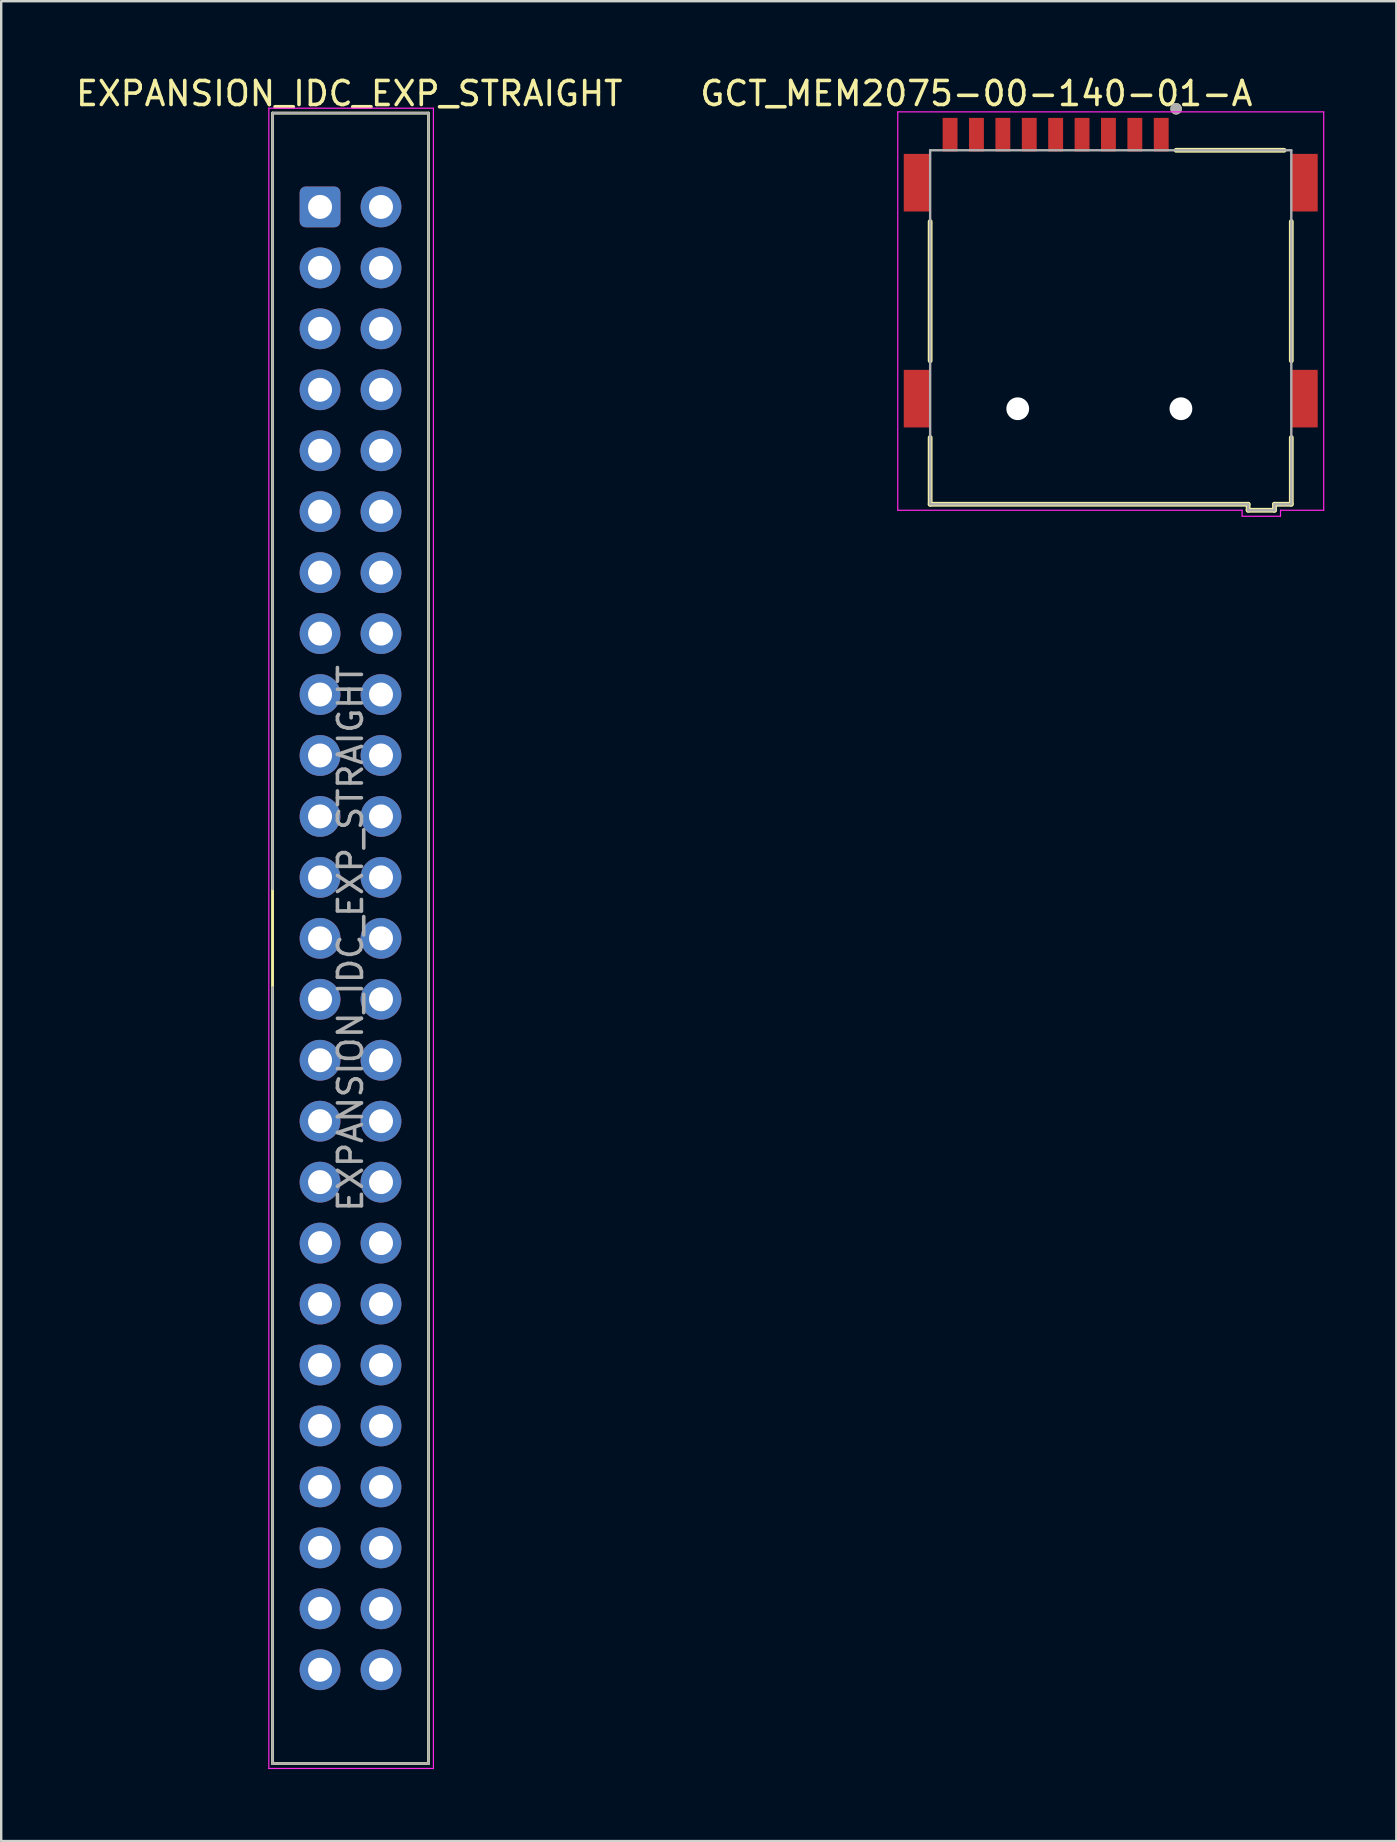
<source format=kicad_pcb>
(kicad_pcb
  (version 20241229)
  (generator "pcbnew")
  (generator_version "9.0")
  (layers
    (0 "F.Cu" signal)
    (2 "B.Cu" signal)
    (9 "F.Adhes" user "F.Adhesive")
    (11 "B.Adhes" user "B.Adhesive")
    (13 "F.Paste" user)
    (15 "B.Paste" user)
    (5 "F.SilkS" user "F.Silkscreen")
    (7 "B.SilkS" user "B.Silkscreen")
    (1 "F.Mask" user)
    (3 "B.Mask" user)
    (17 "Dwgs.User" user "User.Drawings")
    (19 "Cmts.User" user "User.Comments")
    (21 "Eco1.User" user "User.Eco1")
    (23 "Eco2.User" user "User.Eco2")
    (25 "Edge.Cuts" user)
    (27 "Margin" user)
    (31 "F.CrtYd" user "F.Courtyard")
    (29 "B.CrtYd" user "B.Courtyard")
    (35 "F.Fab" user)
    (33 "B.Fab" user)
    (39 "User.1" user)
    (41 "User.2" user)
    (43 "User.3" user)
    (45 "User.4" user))
  (footprint "EXPANSION_IDC_EXP_STRAIGHT"
    (layer "F.Cu")
    (at 10.287 5.573)
    (property "Reference" "EXPANSION_IDC_EXP_STRAIGHT" (at 1.219 -4.724 0) (layer "F.SilkS") (effects (font (size 1 1) (thickness 0.15))))
    (attr through_hole)
    (fp_line (start -1.98 -3.91) (end 4.52 -3.91) (stroke (width 0.12) (type solid)) (layer "F.SilkS"))
    (fp_line (start -1.98 28.43) (end -1.98 -3.91) (stroke (width 0.12) (type solid)) (layer "F.SilkS"))
    (fp_line (start -1.98 32.53) (end -1.98 28.43) (stroke (width 0.12) (type solid)) (layer "F.SilkS"))
    (fp_line (start -1.98 32.53) (end -1.98 32.53) (stroke (width 0.12) (type solid)) (layer "F.SilkS"))
    (fp_line (start -1.98 64.87) (end -1.98 32.53) (stroke (width 0.12) (type solid)) (layer "F.SilkS"))
    (fp_line (start 4.52 -3.91) (end 4.52 64.87) (stroke (width 0.12) (type solid)) (layer "F.SilkS"))
    (fp_line (start 4.52 64.87) (end -1.98 64.87) (stroke (width 0.12) (type solid)) (layer "F.SilkS"))
    (fp_line (start -2.134 -4.115) (end -2.134 65.075) (stroke (width 0.05) (type solid)) (layer "F.CrtYd"))
    (fp_line (start -2.134 65.075) (end 4.724 65.075) (stroke (width 0.05) (type solid)) (layer "F.CrtYd"))
    (fp_line (start 4.724 -4.115) (end -2.134 -4.115) (stroke (width 0.05) (type solid)) (layer "F.CrtYd"))
    (fp_line (start 4.724 65.075) (end 4.724 -4.115) (stroke (width 0.05) (type solid)) (layer "F.CrtYd"))
    (fp_line (start -1.98 -3.91) (end 4.52 -3.91) (stroke (width 0.1) (type solid)) (layer "F.Fab"))
    (fp_line (start -1.98 28.43) (end -1.98 -3.91) (stroke (width 0.1) (type solid)) (layer "F.Fab"))
    (fp_line (start -1.98 32.53) (end -1.98 32.53) (stroke (width 0.1) (type solid)) (layer "F.Fab"))
    (fp_line (start -1.98 64.87) (end -1.98 32.53) (stroke (width 0.1) (type solid)) (layer "F.Fab"))
    (fp_line (start 4.52 -3.91) (end 4.52 64.87) (stroke (width 0.1) (type solid)) (layer "F.Fab"))
    (fp_line (start 4.52 64.87) (end -1.98 64.87) (stroke (width 0.1) (type solid)) (layer "F.Fab"))
    (fp_text user "${REFERENCE}" (at 1.27 30.48 90) (layer "F.Fab") (effects (font (size 1 1) (thickness 0.15))))
    (pad "1" thru_hole roundrect (at 0 0) (size 1.7 1.7) (drill 1) (layers "*.Cu" "*.Mask") (roundrect_rratio 0.147))
    (pad "2" thru_hole circle (at 2.54 0) (size 1.7 1.7) (drill 1) (layers "*.Cu" "*.Mask"))
    (pad "3" thru_hole circle (at 0 2.54) (size 1.7 1.7) (drill 1) (layers "*.Cu" "*.Mask"))
    (pad "4" thru_hole circle (at 2.54 2.54) (size 1.7 1.7) (drill 1) (layers "*.Cu" "*.Mask"))
    (pad "5" thru_hole circle (at 0 5.08) (size 1.7 1.7) (drill 1) (layers "*.Cu" "*.Mask"))
    (pad "6" thru_hole circle (at 2.54 5.08) (size 1.7 1.7) (drill 1) (layers "*.Cu" "*.Mask"))
    (pad "7" thru_hole circle (at 0 7.62) (size 1.7 1.7) (drill 1) (layers "*.Cu" "*.Mask"))
    (pad "8" thru_hole circle (at 2.54 7.62) (size 1.7 1.7) (drill 1) (layers "*.Cu" "*.Mask"))
    (pad "9" thru_hole circle (at 0 10.16) (size 1.7 1.7) (drill 1) (layers "*.Cu" "*.Mask"))
    (pad "10" thru_hole circle (at 2.54 10.16) (size 1.7 1.7) (drill 1) (layers "*.Cu" "*.Mask"))
    (pad "11" thru_hole circle (at 0 12.7) (size 1.7 1.7) (drill 1) (layers "*.Cu" "*.Mask"))
    (pad "12" thru_hole circle (at 2.54 12.7) (size 1.7 1.7) (drill 1) (layers "*.Cu" "*.Mask"))
    (pad "13" thru_hole circle (at 0 15.24) (size 1.7 1.7) (drill 1) (layers "*.Cu" "*.Mask"))
    (pad "14" thru_hole circle (at 2.54 15.24) (size 1.7 1.7) (drill 1) (layers "*.Cu" "*.Mask"))
    (pad "15" thru_hole circle (at 0 17.78) (size 1.7 1.7) (drill 1) (layers "*.Cu" "*.Mask"))
    (pad "16" thru_hole circle (at 2.54 17.78) (size 1.7 1.7) (drill 1) (layers "*.Cu" "*.Mask"))
    (pad "17" thru_hole circle (at 0 20.32) (size 1.7 1.7) (drill 1) (layers "*.Cu" "*.Mask"))
    (pad "18" thru_hole circle (at 2.54 20.32) (size 1.7 1.7) (drill 1) (layers "*.Cu" "*.Mask"))
    (pad "19" thru_hole circle (at 0 22.86) (size 1.7 1.7) (drill 1) (layers "*.Cu" "*.Mask"))
    (pad "20" thru_hole circle (at 2.54 22.86) (size 1.7 1.7) (drill 1) (layers "*.Cu" "*.Mask"))
    (pad "21" thru_hole circle (at 0 25.4) (size 1.7 1.7) (drill 1) (layers "*.Cu" "*.Mask"))
    (pad "22" thru_hole circle (at 2.54 25.4) (size 1.7 1.7) (drill 1) (layers "*.Cu" "*.Mask"))
    (pad "23" thru_hole circle (at 0 27.94) (size 1.7 1.7) (drill 1) (layers "*.Cu" "*.Mask"))
    (pad "24" thru_hole circle (at 2.54 27.94) (size 1.7 1.7) (drill 1) (layers "*.Cu" "*.Mask"))
    (pad "25" thru_hole circle (at 0 30.48) (size 1.7 1.7) (drill 1) (layers "*.Cu" "*.Mask"))
    (pad "26" thru_hole circle (at 2.54 30.48) (size 1.7 1.7) (drill 1) (layers "*.Cu" "*.Mask"))
    (pad "27" thru_hole circle (at 0 33.02) (size 1.7 1.7) (drill 1) (layers "*.Cu" "*.Mask"))
    (pad "28" thru_hole circle (at 2.54 33.02) (size 1.7 1.7) (drill 1) (layers "*.Cu" "*.Mask"))
    (pad "29" thru_hole circle (at 0 35.56) (size 1.7 1.7) (drill 1) (layers "*.Cu" "*.Mask"))
    (pad "30" thru_hole circle (at 2.54 35.56) (size 1.7 1.7) (drill 1) (layers "*.Cu" "*.Mask"))
    (pad "31" thru_hole circle (at 0 38.1) (size 1.7 1.7) (drill 1) (layers "*.Cu" "*.Mask"))
    (pad "32" thru_hole circle (at 2.54 38.1) (size 1.7 1.7) (drill 1) (layers "*.Cu" "*.Mask"))
    (pad "33" thru_hole circle (at 0 40.64) (size 1.7 1.7) (drill 1) (layers "*.Cu" "*.Mask"))
    (pad "34" thru_hole circle (at 2.54 40.64) (size 1.7 1.7) (drill 1) (layers "*.Cu" "*.Mask"))
    (pad "35" thru_hole circle (at 0 43.18) (size 1.7 1.7) (drill 1) (layers "*.Cu" "*.Mask"))
    (pad "36" thru_hole circle (at 2.54 43.18) (size 1.7 1.7) (drill 1) (layers "*.Cu" "*.Mask"))
    (pad "37" thru_hole circle (at 0 45.72) (size 1.7 1.7) (drill 1) (layers "*.Cu" "*.Mask"))
    (pad "38" thru_hole circle (at 2.54 45.72) (size 1.7 1.7) (drill 1) (layers "*.Cu" "*.Mask"))
    (pad "39" thru_hole circle (at 0 48.26) (size 1.7 1.7) (drill 1) (layers "*.Cu" "*.Mask"))
    (pad "40" thru_hole circle (at 2.54 48.26) (size 1.7 1.7) (drill 1) (layers "*.Cu" "*.Mask"))
    (pad "41" thru_hole circle (at 0 50.8) (size 1.7 1.7) (drill 1) (layers "*.Cu" "*.Mask"))
    (pad "42" thru_hole circle (at 2.54 50.8) (size 1.7 1.7) (drill 1) (layers "*.Cu" "*.Mask"))
    (pad "43" thru_hole circle (at 0 53.34) (size 1.7 1.7) (drill 1) (layers "*.Cu" "*.Mask"))
    (pad "44" thru_hole circle (at 2.54 53.34) (size 1.7 1.7) (drill 1) (layers "*.Cu" "*.Mask"))
    (pad "45" thru_hole circle (at 0 55.88) (size 1.7 1.7) (drill 1) (layers "*.Cu" "*.Mask"))
    (pad "46" thru_hole circle (at 2.54 55.88) (size 1.7 1.7) (drill 1) (layers "*.Cu" "*.Mask"))
    (pad "47" thru_hole circle (at 0 58.42) (size 1.7 1.7) (drill 1) (layers "*.Cu" "*.Mask"))
    (pad "48" thru_hole circle (at 2.54 58.42) (size 1.7 1.7) (drill 1) (layers "*.Cu" "*.Mask"))
    (pad "49" thru_hole circle (at 0 60.96) (size 1.7 1.7) (drill 1) (layers "*.Cu" "*.Mask"))
    (pad "50" thru_hole circle (at 2.54 60.96) (size 1.7 1.7) (drill 1) (layers "*.Cu" "*.Mask")))
  (footprint "GCT_MEM2075-00-140-01-A"
    (layer "F.Cu")
    (at 42.762 13.983)
    (property "Reference" "GCT_MEM2075-00-140-01-A" (at -5.125 -13.135 0) (layer "F.SilkS") (effects (font (size 1 1) (thickness 0.15))))
    (attr through_hole)
    (fp_line (start -7.05 -2) (end -7.05 -7.8) (stroke (width 0.2) (type solid)) (layer "F.SilkS"))
    (fp_line (start -7.05 3.98) (end -7.05 1.2) (stroke (width 0.2) (type solid)) (layer "F.SilkS"))
    (fp_line (start -7.05 3.98) (end 6.2 3.98) (stroke (width 0.2) (type solid)) (layer "F.SilkS"))
    (fp_line (start 3.2 -10.77) (end 7.7 -10.77) (stroke (width 0.2) (type solid)) (layer "F.SilkS"))
    (fp_line (start 6.2 3.98) (end 6.2 4.23) (stroke (width 0.2) (type solid)) (layer "F.SilkS"))
    (fp_line (start 6.2 4.23) (end 7.3 4.23) (stroke (width 0.2) (type solid)) (layer "F.SilkS"))
    (fp_line (start 7.3 3.98) (end 8 3.98) (stroke (width 0.2) (type solid)) (layer "F.SilkS"))
    (fp_line (start 7.3 4.23) (end 7.3 3.98) (stroke (width 0.2) (type solid)) (layer "F.SilkS"))
    (fp_line (start 8 -2) (end 8 -7.8) (stroke (width 0.2) (type solid)) (layer "F.SilkS"))
    (fp_line (start 8 3.98) (end 8 1.2) (stroke (width 0.2) (type solid)) (layer "F.SilkS"))
    (fp_circle (center 3.2 -12.5) (end 3.32 -12.5) (stroke (width 0.24) (type solid)) (fill no) (layer "F.SilkS"))
    (fp_line (start -8.4 -12.37) (end 9.35 -12.37) (stroke (width 0.05) (type solid)) (layer "F.CrtYd"))
    (fp_line (start -8.4 4.23) (end -8.4 -12.37) (stroke (width 0.05) (type solid)) (layer "F.CrtYd"))
    (fp_line (start -8.4 4.23) (end 5.95 4.23) (stroke (width 0.05) (type solid)) (layer "F.CrtYd"))
    (fp_line (start 5.95 4.23) (end 5.95 4.48) (stroke (width 0.05) (type solid)) (layer "F.CrtYd"))
    (fp_line (start 5.95 4.48) (end 7.55 4.48) (stroke (width 0.05) (type solid)) (layer "F.CrtYd"))
    (fp_line (start 7.55 4.23) (end 9.35 4.23) (stroke (width 0.05) (type solid)) (layer "F.CrtYd"))
    (fp_line (start 7.55 4.48) (end 7.55 4.23) (stroke (width 0.05) (type solid)) (layer "F.CrtYd"))
    (fp_line (start 9.35 -12.37) (end 9.35 4.23) (stroke (width 0.05) (type solid)) (layer "F.CrtYd"))
    (fp_line (start -7.05 -10.77) (end 8 -10.77) (stroke (width 0.1) (type solid)) (layer "F.Fab"))
    (fp_line (start -7.05 3.98) (end -7.05 -10.77) (stroke (width 0.1) (type solid)) (layer "F.Fab"))
    (fp_line (start -7.05 3.98) (end 6.2 3.98) (stroke (width 0.1) (type solid)) (layer "F.Fab"))
    (fp_line (start 6.2 3.98) (end 6.2 4.23) (stroke (width 0.1) (type solid)) (layer "F.Fab"))
    (fp_line (start 6.2 4.23) (end 7.3 4.23) (stroke (width 0.1) (type solid)) (layer "F.Fab"))
    (fp_line (start 7.3 3.98) (end 8 3.98) (stroke (width 0.1) (type solid)) (layer "F.Fab"))
    (fp_line (start 7.3 4.23) (end 7.3 3.98) (stroke (width 0.1) (type solid)) (layer "F.Fab"))
    (fp_line (start 8 3.98) (end 8 -10.77) (stroke (width 0.1) (type solid)) (layer "F.Fab"))
    (fp_circle (center 3.2 -12.5) (end 3.32 -12.5) (stroke (width 0.24) (type solid)) (fill no) (layer "F.Fab"))
    (pad "" np_thru_hole circle (at -3.4 0) (size 0.95 0.95) (drill 0.95) (layers "*.Cu" "*.Mask"))
    (pad "" np_thru_hole circle (at 3.4 0) (size 0.95 0.95) (drill 0.95) (layers "*.Cu" "*.Mask"))
    (pad "P1" smd rect (at 2.58 -11.42) (size 0.62 1.4) (layers "F.Cu" "F.Mask" "F.Paste"))
    (pad "P2" smd rect (at 1.48 -11.42) (size 0.62 1.4) (layers "F.Cu" "F.Mask" "F.Paste"))
    (pad "P3" smd rect (at 0.38 -11.42) (size 0.62 1.4) (layers "F.Cu" "F.Mask" "F.Paste"))
    (pad "P4" smd rect (at -0.72 -11.42) (size 0.62 1.4) (layers "F.Cu" "F.Mask" "F.Paste"))
    (pad "P5" smd rect (at -1.82 -11.42) (size 0.62 1.4) (layers "F.Cu" "F.Mask" "F.Paste"))
    (pad "P6" smd rect (at -2.92 -11.42) (size 0.62 1.4) (layers "F.Cu" "F.Mask" "F.Paste"))
    (pad "P7" smd rect (at -4.02 -11.42) (size 0.62 1.4) (layers "F.Cu" "F.Mask" "F.Paste"))
    (pad "P8" smd rect (at -5.12 -11.42) (size 0.62 1.4) (layers "F.Cu" "F.Mask" "F.Paste"))
    (pad "P9" smd rect (at -6.22 -11.42) (size 0.62 1.4) (layers "F.Cu" "F.Mask" "F.Paste"))
    (pad "SH1" smd rect (at -7.6 -0.42) (size 1.1 2.4) (layers "F.Cu" "F.Mask" "F.Paste"))
    (pad "SH2" smd rect (at -7.6 -9.42) (size 1.1 2.4) (layers "F.Cu" "F.Mask" "F.Paste"))
    (pad "SH3" smd rect (at 8.55 -9.42) (size 1.1 2.4) (layers "F.Cu" "F.Mask" "F.Paste"))
    (pad "SH4" smd rect (at 8.55 -0.42) (size 1.1 2.4) (layers "F.Cu" "F.Mask" "F.Paste"))
    (zone (net_name "") (layer "F.Cu") (hatch full 0.508) (connect_pads) (min_thickness 0.01) (filled_areas_thickness no) (keepout (tracks not_allowed) (vias not_allowed) (pads not_allowed) (copperpour not_allowed) (footprints allowed)) (placement (enabled no)) (fill) (polygon (pts (xy 35.712 6.063) (xy 45.912 6.063) (xy 45.912 10.113) (xy 35.712 10.113))))
    (zone (net_name "") (layers "F.Cu" "B.Cu") (hatch full 0.508) (connect_pads) (min_thickness 0.01) (filled_areas_thickness no) (keepout (tracks allowed) (vias not_allowed) (pads allowed) (copperpour allowed) (footprints allowed)) (placement (enabled no)) (fill) (polygon (pts (xy 35.712 6.063) (xy 45.912 6.063) (xy 45.912 10.113) (xy 35.712 10.113)))))
  (gr_rect
    (start -3 -3)
    (end 55.137 73.672)
    (stroke (width 0.1) (type default))
    (fill no)
    (layer "Edge.Cuts")))
</source>
